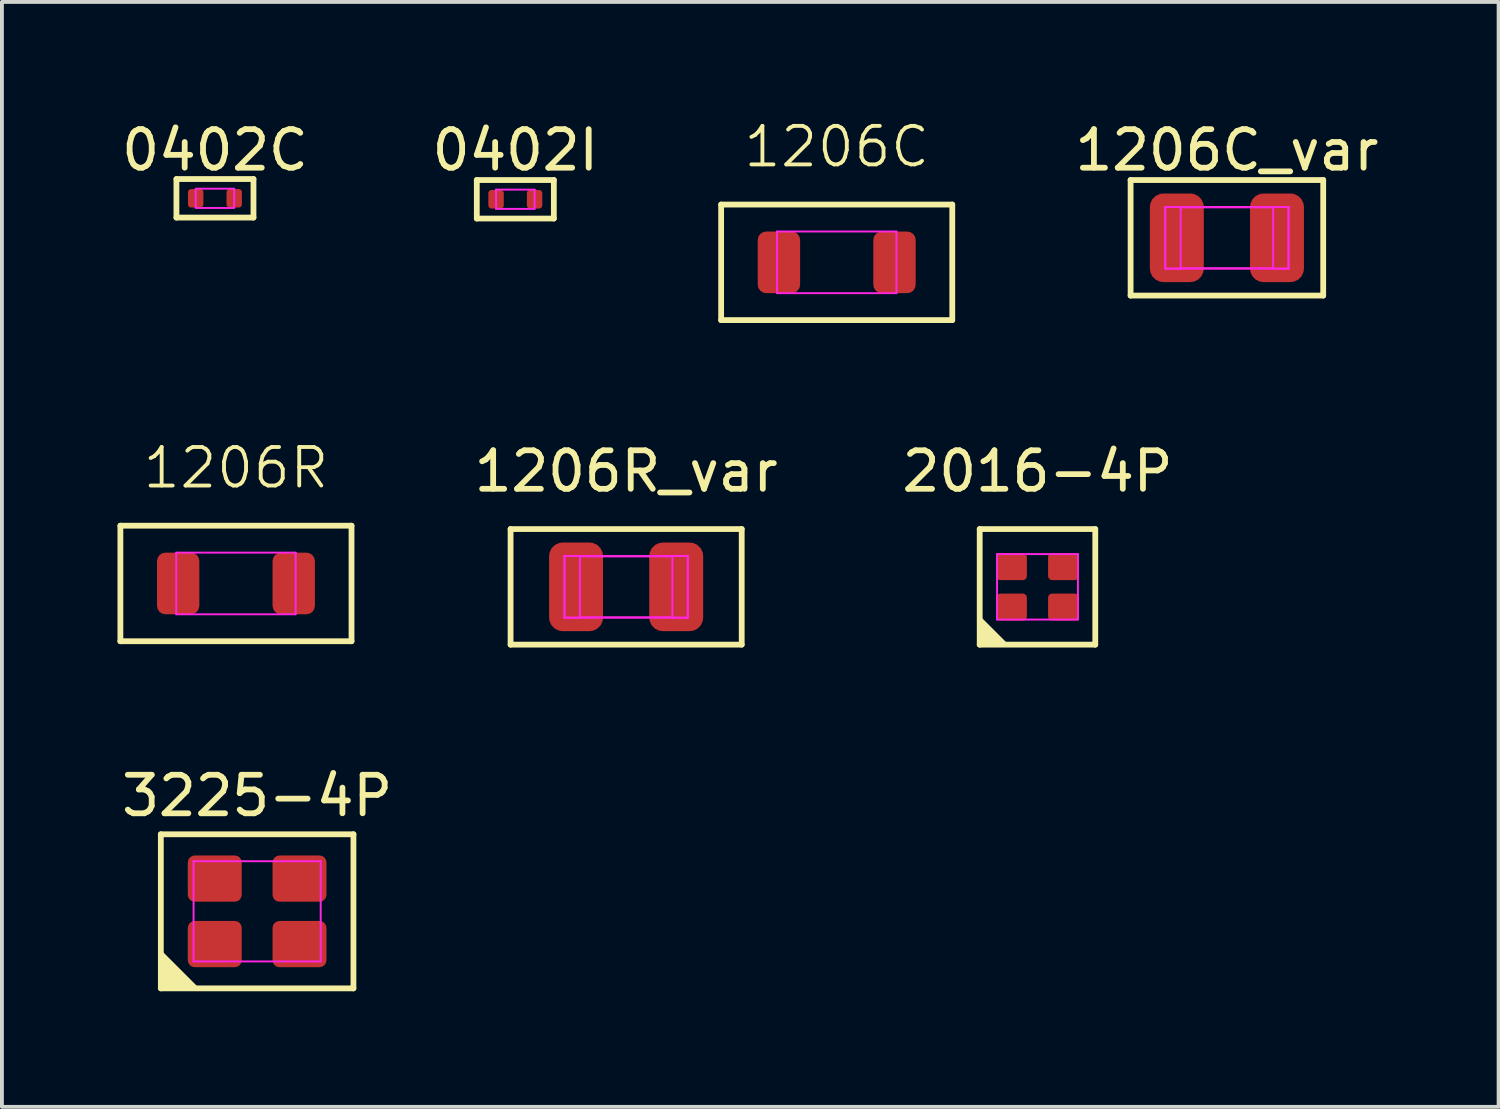
<source format=kicad_pcb>
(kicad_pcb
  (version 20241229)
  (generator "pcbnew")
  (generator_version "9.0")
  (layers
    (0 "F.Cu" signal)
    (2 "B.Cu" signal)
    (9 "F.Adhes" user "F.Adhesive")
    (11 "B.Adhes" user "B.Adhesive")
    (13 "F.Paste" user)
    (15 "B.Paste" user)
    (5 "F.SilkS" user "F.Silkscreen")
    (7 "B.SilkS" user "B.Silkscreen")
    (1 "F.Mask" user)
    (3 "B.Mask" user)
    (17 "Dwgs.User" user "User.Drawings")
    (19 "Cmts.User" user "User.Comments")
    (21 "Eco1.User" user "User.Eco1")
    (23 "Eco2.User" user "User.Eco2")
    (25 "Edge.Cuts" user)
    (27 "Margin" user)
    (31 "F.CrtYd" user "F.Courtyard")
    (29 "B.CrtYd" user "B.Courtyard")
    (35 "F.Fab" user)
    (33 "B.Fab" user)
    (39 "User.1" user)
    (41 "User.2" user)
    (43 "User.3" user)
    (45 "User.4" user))
  (footprint "3225-4P"
    (layer "F.Cu")
    (at 3.625 20.607)
    (property "Reference" "3225-4P" (at 0 -3 0) (layer "F.SilkS") (effects (font (size 1 1) (thickness 0.15))))
    (fp_line (start -2.5 -2) (end 2.5 -2) (stroke (width 0.15) (type solid)) (layer "F.SilkS"))
    (fp_line (start -2.5 2) (end -2.5 -2) (stroke (width 0.15) (type solid)) (layer "F.SilkS"))
    (fp_line (start -2.5 2) (end 2.5 2) (stroke (width 0.15) (type solid)) (layer "F.SilkS"))
    (fp_line (start 2.5 2) (end 2.5 -2) (stroke (width 0.15) (type solid)) (layer "F.SilkS"))
    (fp_poly (pts (xy -2.5 2) (xy -1.5 2) (xy -2.5 1)) (stroke (width 0) (type default)) (fill yes) (layer "F.SilkS"))
    (fp_line (start -1.65 -1.3) (end 1.65 -1.3) (stroke (width 0.05) (type solid)) (layer "F.CrtYd"))
    (fp_line (start -1.65 1.3) (end -1.65 -1.3) (stroke (width 0.05) (type solid)) (layer "F.CrtYd"))
    (fp_line (start -1.65 1.3) (end 1.65 1.3) (stroke (width 0.05) (type solid)) (layer "F.CrtYd"))
    (fp_line (start 1.65 1.3) (end 1.65 -1.3) (stroke (width 0.05) (type solid)) (layer "F.CrtYd"))
    (pad "1" smd roundrect (at -1.1 0.85) (size 1.4 1.2) (layers "F.Cu" "F.Mask" "F.Paste") (roundrect_rratio 0.15))
    (pad "2" smd roundrect (at 1.1 -0.85) (size 1.4 1.2) (layers "F.Cu" "F.Mask" "F.Paste") (roundrect_rratio 0.15))
    (pad "3" smd roundrect (at -1.1 -0.85) (size 1.4 1.2) (layers "F.Cu" "F.Mask" "F.Paste") (roundrect_rratio 0.15))
    (pad "3" smd roundrect (at 1.1 0.85) (size 1.4 1.2) (layers "F.Cu" "F.Mask" "F.Paste") (roundrect_rratio 0.15)))
  (footprint "1206R"
    (layer "F.Cu")
    (at 3.075 12.096)
    (property "Reference" "1206R" (at 0 -3 0) (unlocked yes) (layer "F.SilkS") (effects (font (size 1 1) (thickness 0.1))))
    (fp_line (start -3 -1.5) (end 3 -1.5) (stroke (width 0.15) (type solid)) (layer "F.SilkS"))
    (fp_line (start -3 1.5) (end -3 -1.5) (stroke (width 0.15) (type solid)) (layer "F.SilkS"))
    (fp_line (start -3 1.5) (end 3 1.5) (stroke (width 0.15) (type solid)) (layer "F.SilkS"))
    (fp_line (start 3 1.5) (end 3 -1.5) (stroke (width 0.15) (type solid)) (layer "F.SilkS"))
    (fp_line (start -1.55 -0.8) (end 1.55 -0.8) (stroke (width 0.05) (type solid)) (layer "F.CrtYd"))
    (fp_line (start -1.55 0.8) (end -1.55 -0.8) (stroke (width 0.05) (type solid)) (layer "F.CrtYd"))
    (fp_line (start -1.55 0.8) (end 1.55 0.8) (stroke (width 0.05) (type solid)) (layer "F.CrtYd"))
    (fp_line (start 1.55 0.8) (end 1.55 -0.8) (stroke (width 0.05) (type solid)) (layer "F.CrtYd"))
    (pad "1" smd roundrect (at -1.5 0) (size 1.1 1.6) (layers "F.Cu" "F.Mask" "F.Paste") (roundrect_rratio 0.2))
    (pad "2" smd roundrect (at 1.5 0) (size 1.1 1.6) (layers "F.Cu" "F.Mask" "F.Paste") (roundrect_rratio 0.2)))
  (footprint "1206C_var"
    (layer "F.Cu")
    (at 28.799 3.123)
    (property "Reference" "1206C_var" (at 0 -2.275 0) (layer "F.SilkS") (effects (font (size 1 1) (thickness 0.15))))
    (fp_line (start -2.5 -1.5) (end 2.5 -1.5) (stroke (width 0.15) (type solid)) (layer "F.SilkS"))
    (fp_line (start -2.5 1.5) (end -2.5 -1.5) (stroke (width 0.15) (type solid)) (layer "F.SilkS"))
    (fp_line (start -2.5 1.5) (end 2.5 1.5) (stroke (width 0.15) (type solid)) (layer "F.SilkS"))
    (fp_line (start 2.5 1.5) (end 2.5 -1.5) (stroke (width 0.15) (type solid)) (layer "F.SilkS"))
    (fp_line (start -1.6 -0.8) (end -1.2 -0.8) (stroke (width 0.05) (type solid)) (layer "F.CrtYd"))
    (fp_line (start -1.6 -0.8) (end 1.6 -0.8) (stroke (width 0.05) (type solid)) (layer "F.CrtYd"))
    (fp_line (start -1.6 0.8) (end -1.6 -0.8) (stroke (width 0.05) (type solid)) (layer "F.CrtYd"))
    (fp_line (start -1.6 0.8) (end -1.6 -0.8) (stroke (width 0.05) (type solid)) (layer "F.CrtYd"))
    (fp_line (start -1.6 0.8) (end -1.2 0.8) (stroke (width 0.05) (type solid)) (layer "F.CrtYd"))
    (fp_line (start -1.6 0.8) (end 1.6 0.8) (stroke (width 0.05) (type solid)) (layer "F.CrtYd"))
    (fp_line (start -1.2 -0.79) (end 1.2 -0.79) (stroke (width 0.05) (type solid)) (layer "F.CrtYd"))
    (fp_line (start -1.2 0.79) (end 1.2 0.79) (stroke (width 0.05) (type solid)) (layer "F.CrtYd"))
    (fp_line (start -1.2 0.8) (end -1.2 -0.8) (stroke (width 0.05) (type solid)) (layer "F.CrtYd"))
    (fp_line (start 1.2 -0.8) (end 1.6 -0.8) (stroke (width 0.05) (type solid)) (layer "F.CrtYd"))
    (fp_line (start 1.2 0.8) (end 1.2 -0.8) (stroke (width 0.05) (type solid)) (layer "F.CrtYd"))
    (fp_line (start 1.2 0.8) (end 1.6 0.8) (stroke (width 0.05) (type solid)) (layer "F.CrtYd"))
    (fp_line (start 1.6 0.8) (end 1.6 -0.8) (stroke (width 0.05) (type solid)) (layer "F.CrtYd"))
    (fp_line (start 1.6 0.8) (end 1.6 -0.8) (stroke (width 0.05) (type solid)) (layer "F.CrtYd"))
    (pad "1" smd roundrect (at -1.3 0) (size 1.4 2.3) (layers "F.Cu" "F.Mask" "F.Paste") (roundrect_rratio 0.25))
    (pad "2" smd roundrect (at 1.3 0) (size 1.4 2.3) (layers "F.Cu" "F.Mask" "F.Paste") (roundrect_rratio 0.25)))
  (footprint "0402C"
    (layer "F.Cu")
    (at 2.53 2.098)
    (property "Reference" "0402C" (at 0 -1.25 0) (layer "F.SilkS") (effects (font (size 1 1) (thickness 0.15))))
    (fp_line (start -1 -0.5) (end 1 -0.5) (stroke (width 0.15) (type solid)) (layer "F.SilkS"))
    (fp_line (start -1 0.5) (end -1 -0.5) (stroke (width 0.15) (type solid)) (layer "F.SilkS"))
    (fp_line (start -1 0.5) (end 1 0.5) (stroke (width 0.15) (type solid)) (layer "F.SilkS"))
    (fp_line (start 1 0.5) (end 1 -0.5) (stroke (width 0.15) (type solid)) (layer "F.SilkS"))
    (fp_rect (start -0.5 -0.25) (end 0.5 0.25) (stroke (width 0.05) (type solid)) (fill no) (layer "F.CrtYd"))
    (pad "1" smd roundrect (at -0.5 0) (size 0.4 0.48) (layers "F.Cu" "F.Mask" "F.Paste") (roundrect_rratio 0.2))
    (pad "2" smd roundrect (at 0.5 0) (size 0.4 0.48) (layers "F.Cu" "F.Mask" "F.Paste") (roundrect_rratio 0.2)))
  (footprint "2016-4P"
    (layer "F.Cu")
    (at 23.882 12.184)
    (property "Reference" "2016-4P" (at 0 -3 0) (layer "F.SilkS") (effects (font (size 1 1) (thickness 0.15))))
    (fp_line (start -1.5 -1.5) (end 1.5 -1.5) (stroke (width 0.15) (type solid)) (layer "F.SilkS"))
    (fp_line (start -1.5 1.5) (end -1.5 -1.5) (stroke (width 0.15) (type solid)) (layer "F.SilkS"))
    (fp_line (start -1.5 1.5) (end 1.5 1.5) (stroke (width 0.15) (type solid)) (layer "F.SilkS"))
    (fp_line (start 1.5 1.5) (end 1.5 -1.5) (stroke (width 0.15) (type solid)) (layer "F.SilkS"))
    (fp_poly (pts (xy -1.5 1.5) (xy -0.75 1.5) (xy -1.5 0.75)) (stroke (width 0) (type default)) (fill yes) (layer "F.SilkS"))
    (fp_line (start -1.05 -0.85) (end 1.05 -0.85) (stroke (width 0.05) (type solid)) (layer "F.CrtYd"))
    (fp_line (start -1.05 0.85) (end -1.05 -0.85) (stroke (width 0.05) (type solid)) (layer "F.CrtYd"))
    (fp_line (start -1.05 0.85) (end 1.05 0.85) (stroke (width 0.05) (type solid)) (layer "F.CrtYd"))
    (fp_line (start 1.05 0.85) (end 1.05 -0.85) (stroke (width 0.05) (type solid)) (layer "F.CrtYd"))
    (pad "1" smd roundrect (at -0.675 0.525) (size 0.8 0.7) (layers "F.Cu" "F.Mask" "F.Paste") (roundrect_rratio 0.15))
    (pad "2" smd roundrect (at 0.675 -0.525) (size 0.8 0.7) (layers "F.Cu" "F.Mask" "F.Paste") (roundrect_rratio 0.15))
    (pad "3" smd roundrect (at -0.675 -0.525) (size 0.8 0.7) (layers "F.Cu" "F.Mask" "F.Paste") (roundrect_rratio 0.15))
    (pad "3" smd roundrect (at 0.675 0.525) (size 0.8 0.7) (layers "F.Cu" "F.Mask" "F.Paste") (roundrect_rratio 0.15)))
  (footprint "1206C"
    (layer "F.Cu")
    (at 18.67 3.76)
    (property "Reference" "1206C" (at 0 -3 0) (unlocked yes) (layer "F.SilkS") (effects (font (size 1 1) (thickness 0.1))))
    (fp_line (start -3 -1.5) (end 3 -1.5) (stroke (width 0.15) (type solid)) (layer "F.SilkS"))
    (fp_line (start -3 1.5) (end -3 -1.5) (stroke (width 0.15) (type solid)) (layer "F.SilkS"))
    (fp_line (start -3 1.5) (end 3 1.5) (stroke (width 0.15) (type solid)) (layer "F.SilkS"))
    (fp_line (start 3 1.5) (end 3 -1.5) (stroke (width 0.15) (type solid)) (layer "F.SilkS"))
    (fp_line (start -1.55 -0.8) (end 1.55 -0.8) (stroke (width 0.05) (type solid)) (layer "F.CrtYd"))
    (fp_line (start -1.55 0.8) (end -1.55 -0.8) (stroke (width 0.05) (type solid)) (layer "F.CrtYd"))
    (fp_line (start -1.55 0.8) (end 1.55 0.8) (stroke (width 0.05) (type solid)) (layer "F.CrtYd"))
    (fp_line (start 1.55 0.8) (end 1.55 -0.8) (stroke (width 0.05) (type solid)) (layer "F.CrtYd"))
    (pad "1" smd roundrect (at -1.5 0) (size 1.1 1.6) (layers "F.Cu" "F.Mask" "F.Paste") (roundrect_rratio 0.2))
    (pad "2" smd roundrect (at 1.5 0) (size 1.1 1.6) (layers "F.Cu" "F.Mask" "F.Paste") (roundrect_rratio 0.2)))
  (footprint "1206R_var"
    (layer "F.Cu")
    (at 13.204 12.184)
    (property "Reference" "1206R_var" (at 0 -3 0) (layer "F.SilkS") (effects (font (size 1 1) (thickness 0.15))))
    (fp_line (start -3 -1.5) (end 3 -1.5) (stroke (width 0.15) (type solid)) (layer "F.SilkS"))
    (fp_line (start -3 1.5) (end -3 -1.5) (stroke (width 0.15) (type solid)) (layer "F.SilkS"))
    (fp_line (start -3 1.5) (end 3 1.5) (stroke (width 0.15) (type solid)) (layer "F.SilkS"))
    (fp_line (start 3 1.5) (end 3 -1.5) (stroke (width 0.15) (type solid)) (layer "F.SilkS"))
    (fp_line (start -1.6 -0.8) (end -1.2 -0.8) (stroke (width 0.05) (type solid)) (layer "F.CrtYd"))
    (fp_line (start -1.6 -0.8) (end 1.6 -0.8) (stroke (width 0.05) (type solid)) (layer "F.CrtYd"))
    (fp_line (start -1.6 0.8) (end -1.6 -0.8) (stroke (width 0.05) (type solid)) (layer "F.CrtYd"))
    (fp_line (start -1.6 0.8) (end -1.6 -0.8) (stroke (width 0.05) (type solid)) (layer "F.CrtYd"))
    (fp_line (start -1.6 0.8) (end -1.2 0.8) (stroke (width 0.05) (type solid)) (layer "F.CrtYd"))
    (fp_line (start -1.6 0.8) (end 1.6 0.8) (stroke (width 0.05) (type solid)) (layer "F.CrtYd"))
    (fp_line (start -1.2 -0.79) (end 1.2 -0.79) (stroke (width 0.05) (type solid)) (layer "F.CrtYd"))
    (fp_line (start -1.2 0.79) (end 1.2 0.79) (stroke (width 0.05) (type solid)) (layer "F.CrtYd"))
    (fp_line (start -1.2 0.8) (end -1.2 -0.8) (stroke (width 0.05) (type solid)) (layer "F.CrtYd"))
    (fp_line (start 1.2 -0.8) (end 1.6 -0.8) (stroke (width 0.05) (type solid)) (layer "F.CrtYd"))
    (fp_line (start 1.2 0.8) (end 1.2 -0.8) (stroke (width 0.05) (type solid)) (layer "F.CrtYd"))
    (fp_line (start 1.2 0.8) (end 1.6 0.8) (stroke (width 0.05) (type solid)) (layer "F.CrtYd"))
    (fp_line (start 1.6 0.8) (end 1.6 -0.8) (stroke (width 0.05) (type solid)) (layer "F.CrtYd"))
    (fp_line (start 1.6 0.8) (end 1.6 -0.8) (stroke (width 0.05) (type solid)) (layer "F.CrtYd"))
    (pad "1" smd roundrect (at -1.3 0) (size 1.4 2.3) (layers "F.Cu" "F.Mask" "F.Paste") (roundrect_rratio 0.25))
    (pad "2" smd roundrect (at 1.3 0) (size 1.4 2.3) (layers "F.Cu" "F.Mask" "F.Paste") (roundrect_rratio 0.25)))
  (footprint "0402I"
    (layer "F.Cu")
    (at 10.327 2.123)
    (property "Reference" "0402I" (at 0 -1.275 0) (layer "F.SilkS") (effects (font (size 1 1) (thickness 0.15))))
    (fp_line (start -1 -0.5) (end 1 -0.5) (stroke (width 0.15) (type solid)) (layer "F.SilkS"))
    (fp_line (start -1 0.5) (end -1 -0.5) (stroke (width 0.15) (type solid)) (layer "F.SilkS"))
    (fp_line (start -1 0.5) (end 1 0.5) (stroke (width 0.15) (type solid)) (layer "F.SilkS"))
    (fp_line (start 1 0.5) (end 1 -0.5) (stroke (width 0.15) (type solid)) (layer "F.SilkS"))
    (fp_line (start -0.5 -0.25) (end 0.5 -0.25) (stroke (width 0.05) (type solid)) (layer "F.CrtYd"))
    (fp_line (start -0.5 0.25) (end -0.5 -0.25) (stroke (width 0.05) (type solid)) (layer "F.CrtYd"))
    (fp_line (start -0.5 0.25) (end 0.5 0.25) (stroke (width 0.05) (type solid)) (layer "F.CrtYd"))
    (fp_line (start 0.5 0.25) (end 0.5 -0.25) (stroke (width 0.05) (type solid)) (layer "F.CrtYd"))
    (pad "1" smd roundrect (at -0.5 0) (size 0.4 0.48) (layers "F.Cu" "F.Mask" "F.Paste") (roundrect_rratio 0.2))
    (pad "2" smd roundrect (at 0.5 0) (size 0.4 0.48) (layers "F.Cu" "F.Mask" "F.Paste") (roundrect_rratio 0.2)))
  (gr_rect
    (start -3 -3)
    (end 35.852 25.682)
    (stroke (width 0.1) (type default))
    (fill no)
    (layer "Edge.Cuts")))
</source>
